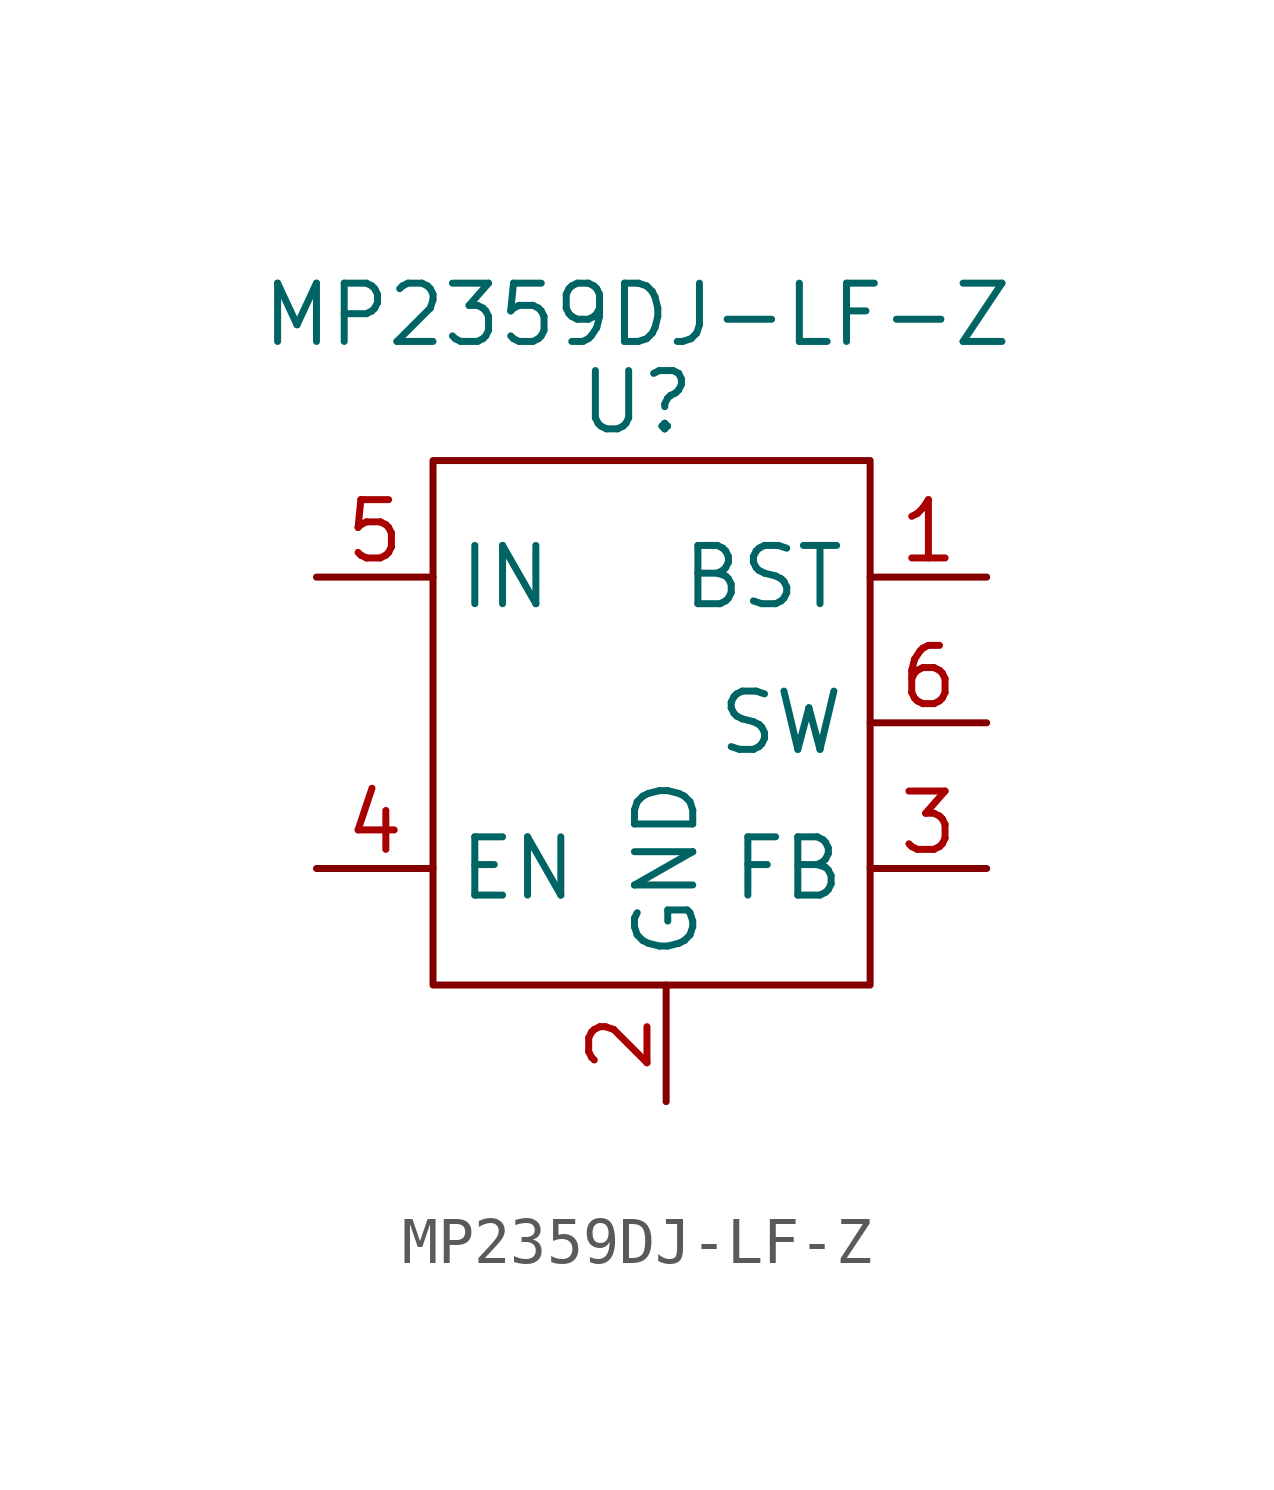
<source format=kicad_sym>
(kicad_symbol_lib
  (version 20211014)
  (generator kicad_symbol_editor)
  (symbol "MP2359DJ-LF-Z"
    (property "Reference" "U"
      (at 0.635 0.635 0)
      (effects (font (size 1.27 1.27))))
    (property "Value" "MP2359DJ-LF-Z"
      (at 0.635 2.54 0)
      (effects (font (size 1.27 1.27))))
    (symbol "MP2359DJ-LF-Z_0_1"
      (rectangle (start -3.81 -0.635) (end 5.715 -12.065) (stroke (width 0) (type default) (color 0 0 0 0)) (fill (type none))))
    (symbol "MP2359DJ-LF-Z_1_1"
      (pin input line (at 8.255 -3.175 180) (length 2.54) (name "BST" (effects (font (size 1.27 1.27)))) (number "1" (effects (font (size 1.27 1.27)))))
      (pin input line (at 1.27 -14.605 90) (length 2.54) (name "GND" (effects (font (size 1.27 1.27)))) (number "2" (effects (font (size 1.27 1.27)))))
      (pin input line (at 8.255 -9.525 180) (length 2.54) (name "FB" (effects (font (size 1.27 1.27)))) (number "3" (effects (font (size 1.27 1.27)))))
      (pin input line (at -6.35 -9.525 0) (length 2.54) (name "EN" (effects (font (size 1.27 1.27)))) (number "4" (effects (font (size 1.27 1.27)))))
      (pin input line (at -6.35 -3.175 0) (length 2.54) (name "IN" (effects (font (size 1.27 1.27)))) (number "5" (effects (font (size 1.27 1.27)))))
      (pin input line (at 8.255 -6.35 180) (length 2.54) (name "SW" (effects (font (size 1.27 1.27)))) (number "6" (effects (font (size 1.27 1.27))))))))
</source>
